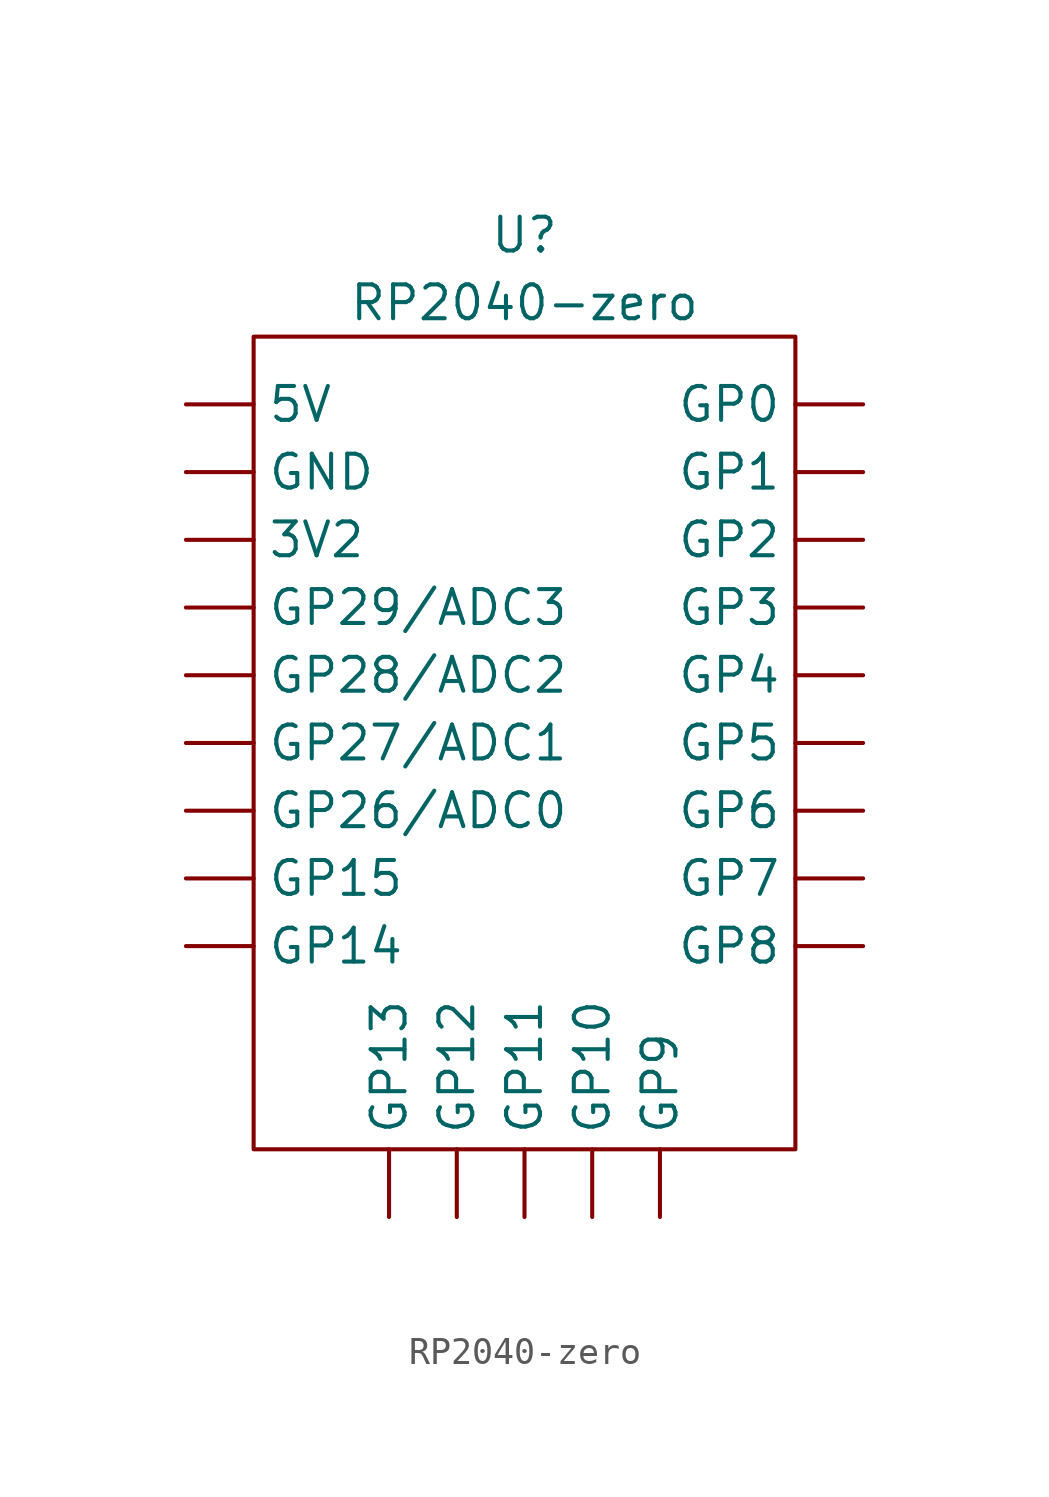
<source format=kicad_sym>
(kicad_symbol_lib
  (version 20211014)
  (generator kicad_symbol_editor)
  (symbol "RP2040-zero"
    (property "Reference" "U"
      (at 0 17.78 0)
      (effects (font (size 1.27 1.27))))
    (property "Value" "RP2040-zero"
      (at 0 15.24 0)
      (effects (font (size 1.27 1.27))))
    (symbol "RP2040-zero_0_1"
      (rectangle (start -10.16 13.97) (end 10.16 -16.51) (stroke (width 0) (type default) (color 0 0 0 0)) (fill (type none))))
    (symbol "RP2040-zero_1_1"
      (pin passive line (at -12.7 6.35 0) (length 2.54) (name "3V2" (effects (font (size 1.27 1.27)))) (number "" (effects (font (size 1.27 1.27)))))
      (pin passive line (at -12.7 11.43 0) (length 2.54) (name "5V" (effects (font (size 1.27 1.27)))) (number "" (effects (font (size 1.27 1.27)))))
      (pin passive line (at -12.7 8.89 0) (length 2.54) (name "GND" (effects (font (size 1.27 1.27)))) (number "" (effects (font (size 1.27 1.27)))))
      (pin passive line (at 12.7 11.43 180) (length 2.54) (name "GP0" (effects (font (size 1.27 1.27)))) (number "" (effects (font (size 1.27 1.27)))))
      (pin passive line (at 12.7 8.89 180) (length 2.54) (name "GP1" (effects (font (size 1.27 1.27)))) (number "" (effects (font (size 1.27 1.27)))))
      (pin passive line (at 2.54 -19.05 90) (length 2.54) (name "GP10" (effects (font (size 1.27 1.27)))) (number "" (effects (font (size 1.27 1.27)))))
      (pin passive line (at 0 -19.05 90) (length 2.54) (name "GP11" (effects (font (size 1.27 1.27)))) (number "" (effects (font (size 1.27 1.27)))))
      (pin passive line (at -2.54 -19.05 90) (length 2.54) (name "GP12" (effects (font (size 1.27 1.27)))) (number "" (effects (font (size 1.27 1.27)))))
      (pin passive line (at -5.08 -19.05 90) (length 2.54) (name "GP13" (effects (font (size 1.27 1.27)))) (number "" (effects (font (size 1.27 1.27)))))
      (pin passive line (at -12.7 -8.89 0) (length 2.54) (name "GP14" (effects (font (size 1.27 1.27)))) (number "" (effects (font (size 1.27 1.27)))))
      (pin passive line (at -12.7 -6.35 0) (length 2.54) (name "GP15" (effects (font (size 1.27 1.27)))) (number "" (effects (font (size 1.27 1.27)))))
      (pin passive line (at 12.7 6.35 180) (length 2.54) (name "GP2" (effects (font (size 1.27 1.27)))) (number "" (effects (font (size 1.27 1.27)))))
      (pin passive line (at -12.7 -3.81 0) (length 2.54) (name "GP26/ADC0" (effects (font (size 1.27 1.27)))) (number "" (effects (font (size 1.27 1.27)))))
      (pin passive line (at -12.7 -1.27 0) (length 2.54) (name "GP27/ADC1" (effects (font (size 1.27 1.27)))) (number "" (effects (font (size 1.27 1.27)))))
      (pin passive line (at -12.7 1.27 0) (length 2.54) (name "GP28/ADC2" (effects (font (size 1.27 1.27)))) (number "" (effects (font (size 1.27 1.27)))))
      (pin passive line (at -12.7 3.81 0) (length 2.54) (name "GP29/ADC3" (effects (font (size 1.27 1.27)))) (number "" (effects (font (size 1.27 1.27)))))
      (pin passive line (at 12.7 3.81 180) (length 2.54) (name "GP3" (effects (font (size 1.27 1.27)))) (number "" (effects (font (size 1.27 1.27)))))
      (pin passive line (at 12.7 1.27 180) (length 2.54) (name "GP4" (effects (font (size 1.27 1.27)))) (number "" (effects (font (size 1.27 1.27)))))
      (pin passive line (at 12.7 -1.27 180) (length 2.54) (name "GP5" (effects (font (size 1.27 1.27)))) (number "" (effects (font (size 1.27 1.27)))))
      (pin passive line (at 12.7 -3.81 180) (length 2.54) (name "GP6" (effects (font (size 1.27 1.27)))) (number "" (effects (font (size 1.27 1.27)))))
      (pin passive line (at 12.7 -6.35 180) (length 2.54) (name "GP7" (effects (font (size 1.27 1.27)))) (number "" (effects (font (size 1.27 1.27)))))
      (pin passive line (at 12.7 -8.89 180) (length 2.54) (name "GP8" (effects (font (size 1.27 1.27)))) (number "" (effects (font (size 1.27 1.27)))))
      (pin passive line (at 5.08 -19.05 90) (length 2.54) (name "GP9" (effects (font (size 1.27 1.27)))) (number "" (effects (font (size 1.27 1.27))))))))
</source>
